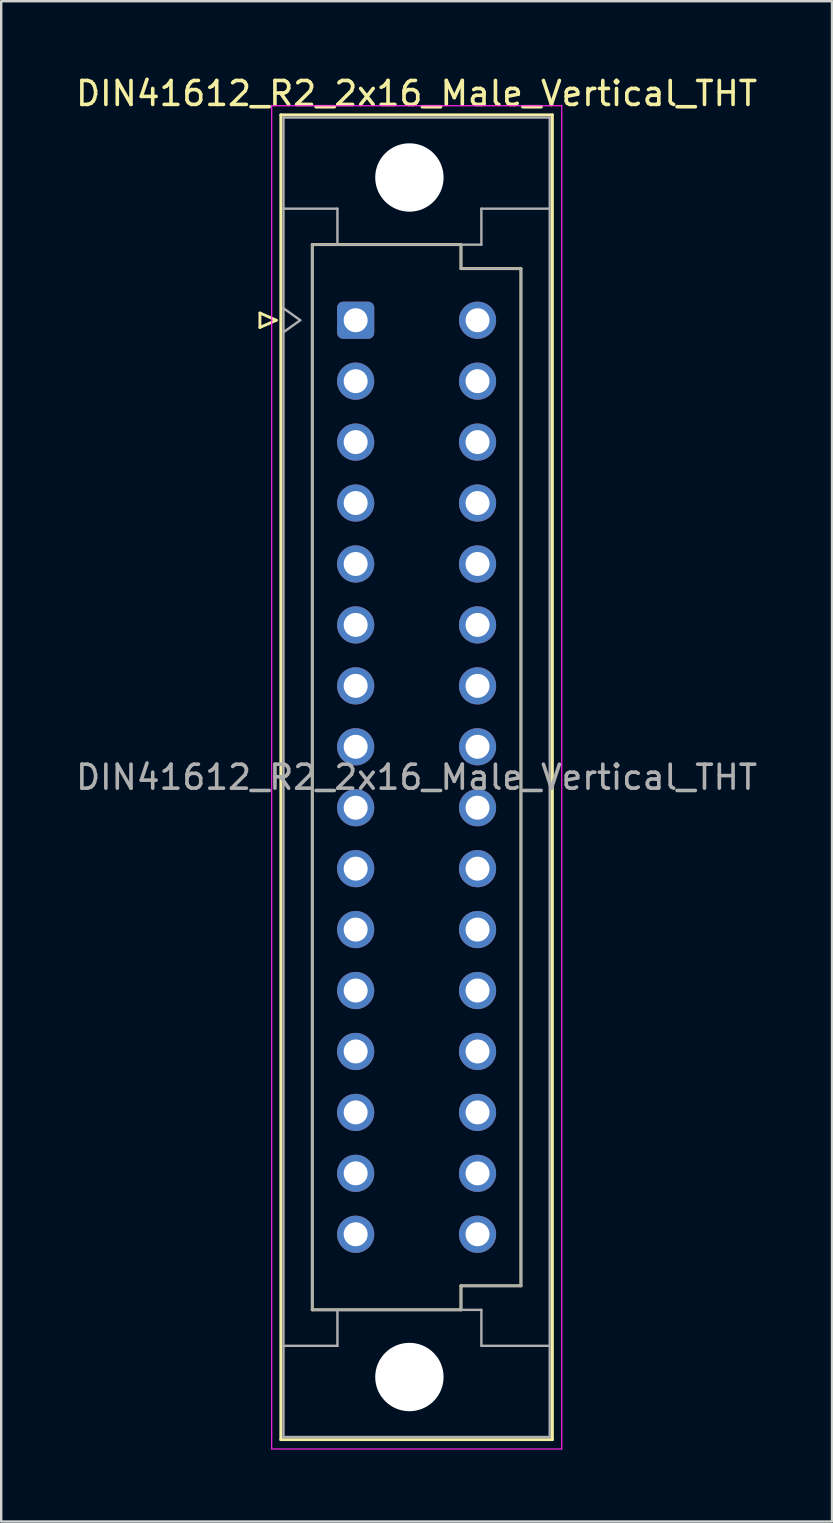
<source format=kicad_pcb>
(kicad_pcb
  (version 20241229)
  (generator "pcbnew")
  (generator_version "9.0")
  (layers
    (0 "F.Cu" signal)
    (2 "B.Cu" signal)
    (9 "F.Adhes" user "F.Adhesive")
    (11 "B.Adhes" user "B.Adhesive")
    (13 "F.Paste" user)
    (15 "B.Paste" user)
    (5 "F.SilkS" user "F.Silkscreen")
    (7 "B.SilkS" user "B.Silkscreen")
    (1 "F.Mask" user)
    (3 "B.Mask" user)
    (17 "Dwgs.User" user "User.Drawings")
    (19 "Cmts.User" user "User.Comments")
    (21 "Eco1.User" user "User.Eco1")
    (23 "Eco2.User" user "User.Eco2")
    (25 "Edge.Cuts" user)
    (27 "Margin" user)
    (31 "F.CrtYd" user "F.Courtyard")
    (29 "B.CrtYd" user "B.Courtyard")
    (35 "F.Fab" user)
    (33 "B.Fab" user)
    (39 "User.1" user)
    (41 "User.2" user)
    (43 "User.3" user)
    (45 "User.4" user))
  (footprint "DIN41612_R2_2x16_Male_Vertical_THT"
    (layer "F.Cu")
    (at 11.775 10.298)
    (property "Reference" "DIN41612_R2_2x16_Male_Vertical_THT" (at 2.54 -9.45 0) (layer "F.SilkS") (effects (font (size 1 1) (thickness 0.15))))
    (attr through_hole)
    (fp_line (start -3.99 -0.3) (end -3.99 0.3) (stroke (width 0.12) (type solid)) (layer "F.SilkS"))
    (fp_line (start -3.99 0.3) (end -3.31 0) (stroke (width 0.12) (type solid)) (layer "F.SilkS"))
    (fp_line (start -3.31 0) (end -3.99 -0.3) (stroke (width 0.12) (type solid)) (layer "F.SilkS"))
    (fp_line (start -3.12 -8.56) (end 8.2 -8.56) (stroke (width 0.12) (type solid)) (layer "F.SilkS"))
    (fp_line (start -3.12 46.66) (end -3.12 -8.56) (stroke (width 0.12) (type solid)) (layer "F.SilkS"))
    (fp_line (start -1.81 -3.15) (end 4.39 -3.15) (stroke (width 0.12) (type solid)) (layer "F.SilkS"))
    (fp_line (start -1.81 41.25) (end -1.81 -3.15) (stroke (width 0.12) (type solid)) (layer "F.SilkS"))
    (fp_line (start 4.39 -3.15) (end 4.39 -2.15) (stroke (width 0.12) (type solid)) (layer "F.SilkS"))
    (fp_line (start 4.39 -2.15) (end 6.89 -2.15) (stroke (width 0.12) (type solid)) (layer "F.SilkS"))
    (fp_line (start 4.39 40.25) (end 4.39 41.25) (stroke (width 0.12) (type solid)) (layer "F.SilkS"))
    (fp_line (start 4.39 41.25) (end -1.81 41.25) (stroke (width 0.12) (type solid)) (layer "F.SilkS"))
    (fp_line (start 6.89 -2.15) (end 6.89 40.25) (stroke (width 0.12) (type solid)) (layer "F.SilkS"))
    (fp_line (start 6.89 40.25) (end 4.39 40.25) (stroke (width 0.12) (type solid)) (layer "F.SilkS"))
    (fp_line (start 8.2 -8.56) (end 8.2 46.66) (stroke (width 0.12) (type solid)) (layer "F.SilkS"))
    (fp_line (start 8.2 46.66) (end -3.12 46.66) (stroke (width 0.12) (type solid)) (layer "F.SilkS"))
    (fp_line (start -3.5 -8.94) (end 8.59 -8.94) (stroke (width 0.05) (type solid)) (layer "F.CrtYd"))
    (fp_line (start -3.5 47.05) (end -3.5 -8.94) (stroke (width 0.05) (type solid)) (layer "F.CrtYd"))
    (fp_line (start 8.59 -8.94) (end 8.59 47.05) (stroke (width 0.05) (type solid)) (layer "F.CrtYd"))
    (fp_line (start 8.59 47.05) (end -3.5 47.05) (stroke (width 0.05) (type solid)) (layer "F.CrtYd"))
    (fp_line (start -3.01 -8.45) (end 8.09 -8.45) (stroke (width 0.1) (type solid)) (layer "F.Fab"))
    (fp_line (start -3.01 -4.65) (end -0.76 -4.65) (stroke (width 0.1) (type solid)) (layer "F.Fab"))
    (fp_line (start -3.01 -0.5) (end -2.31 0) (stroke (width 0.1) (type solid)) (layer "F.Fab"))
    (fp_line (start -3.01 42.75) (end -0.76 42.75) (stroke (width 0.1) (type solid)) (layer "F.Fab"))
    (fp_line (start -3.01 46.55) (end -3.01 -8.45) (stroke (width 0.1) (type solid)) (layer "F.Fab"))
    (fp_line (start -2.31 0) (end -3.01 0.5) (stroke (width 0.1) (type solid)) (layer "F.Fab"))
    (fp_line (start -1.81 -3.15) (end 4.39 -3.15) (stroke (width 0.1) (type solid)) (layer "F.Fab"))
    (fp_line (start -1.81 41.25) (end -1.81 -3.15) (stroke (width 0.1) (type solid)) (layer "F.Fab"))
    (fp_line (start -0.76 -4.65) (end -0.76 -3.15) (stroke (width 0.1) (type solid)) (layer "F.Fab"))
    (fp_line (start -0.76 42.75) (end -0.76 41.25) (stroke (width 0.1) (type solid)) (layer "F.Fab"))
    (fp_line (start 4.39 -3.15) (end 4.39 -2.15) (stroke (width 0.1) (type solid)) (layer "F.Fab"))
    (fp_line (start 4.39 -3.15) (end 5.24 -3.15) (stroke (width 0.1) (type solid)) (layer "F.Fab"))
    (fp_line (start 4.39 -2.15) (end 6.89 -2.15) (stroke (width 0.1) (type solid)) (layer "F.Fab"))
    (fp_line (start 4.39 40.25) (end 4.39 41.25) (stroke (width 0.1) (type solid)) (layer "F.Fab"))
    (fp_line (start 4.39 41.25) (end -1.81 41.25) (stroke (width 0.1) (type solid)) (layer "F.Fab"))
    (fp_line (start 4.39 41.25) (end 5.24 41.25) (stroke (width 0.1) (type solid)) (layer "F.Fab"))
    (fp_line (start 5.24 -4.65) (end 8.09 -4.65) (stroke (width 0.1) (type solid)) (layer "F.Fab"))
    (fp_line (start 5.24 -3.15) (end 5.24 -4.65) (stroke (width 0.1) (type solid)) (layer "F.Fab"))
    (fp_line (start 5.24 41.25) (end 5.24 42.75) (stroke (width 0.1) (type solid)) (layer "F.Fab"))
    (fp_line (start 5.24 42.75) (end 8.09 42.75) (stroke (width 0.1) (type solid)) (layer "F.Fab"))
    (fp_line (start 6.89 -2.15) (end 6.89 40.25) (stroke (width 0.1) (type solid)) (layer "F.Fab"))
    (fp_line (start 6.89 40.25) (end 4.39 40.25) (stroke (width 0.1) (type solid)) (layer "F.Fab"))
    (fp_line (start 8.09 -8.45) (end 8.09 46.55) (stroke (width 0.1) (type solid)) (layer "F.Fab"))
    (fp_line (start 8.09 46.55) (end -3.01 46.55) (stroke (width 0.1) (type solid)) (layer "F.Fab"))
    (fp_text user "${REFERENCE}" (at 2.54 19.05 0) (layer "F.Fab") (effects (font (size 1 1) (thickness 0.15))))
    (pad "" np_thru_hole circle (at 2.24 -5.95) (size 2.85 2.85) (drill 2.85) (layers "*.Cu" "*.Mask"))
    (pad "" np_thru_hole circle (at 2.24 44.05) (size 2.85 2.85) (drill 2.85) (layers "*.Cu" "*.Mask"))
    (pad "a1" thru_hole roundrect (at 0 0) (size 1.55 1.55) (drill 1) (layers "*.Cu" "*.Mask") (roundrect_rratio 0.161))
    (pad "a2" thru_hole circle (at 0 2.54) (size 1.55 1.55) (drill 1) (layers "*.Cu" "*.Mask"))
    (pad "a3" thru_hole circle (at 0 5.08) (size 1.55 1.55) (drill 1) (layers "*.Cu" "*.Mask"))
    (pad "a4" thru_hole circle (at 0 7.62) (size 1.55 1.55) (drill 1) (layers "*.Cu" "*.Mask"))
    (pad "a5" thru_hole circle (at 0 10.16) (size 1.55 1.55) (drill 1) (layers "*.Cu" "*.Mask"))
    (pad "a6" thru_hole circle (at 0 12.7) (size 1.55 1.55) (drill 1) (layers "*.Cu" "*.Mask"))
    (pad "a7" thru_hole circle (at 0 15.24) (size 1.55 1.55) (drill 1) (layers "*.Cu" "*.Mask"))
    (pad "a8" thru_hole circle (at 0 17.78) (size 1.55 1.55) (drill 1) (layers "*.Cu" "*.Mask"))
    (pad "a9" thru_hole circle (at 0 20.32) (size 1.55 1.55) (drill 1) (layers "*.Cu" "*.Mask"))
    (pad "a10" thru_hole circle (at 0 22.86) (size 1.55 1.55) (drill 1) (layers "*.Cu" "*.Mask"))
    (pad "a11" thru_hole circle (at 0 25.4) (size 1.55 1.55) (drill 1) (layers "*.Cu" "*.Mask"))
    (pad "a12" thru_hole circle (at 0 27.94) (size 1.55 1.55) (drill 1) (layers "*.Cu" "*.Mask"))
    (pad "a13" thru_hole circle (at 0 30.48) (size 1.55 1.55) (drill 1) (layers "*.Cu" "*.Mask"))
    (pad "a14" thru_hole circle (at 0 33.02) (size 1.55 1.55) (drill 1) (layers "*.Cu" "*.Mask"))
    (pad "a15" thru_hole circle (at 0 35.56) (size 1.55 1.55) (drill 1) (layers "*.Cu" "*.Mask"))
    (pad "a16" thru_hole circle (at 0 38.1) (size 1.55 1.55) (drill 1) (layers "*.Cu" "*.Mask"))
    (pad "c1" thru_hole circle (at 5.08 0) (size 1.55 1.55) (drill 1) (layers "*.Cu" "*.Mask"))
    (pad "c2" thru_hole circle (at 5.08 2.54) (size 1.55 1.55) (drill 1) (layers "*.Cu" "*.Mask"))
    (pad "c3" thru_hole circle (at 5.08 5.08) (size 1.55 1.55) (drill 1) (layers "*.Cu" "*.Mask"))
    (pad "c4" thru_hole circle (at 5.08 7.62) (size 1.55 1.55) (drill 1) (layers "*.Cu" "*.Mask"))
    (pad "c5" thru_hole circle (at 5.08 10.16) (size 1.55 1.55) (drill 1) (layers "*.Cu" "*.Mask"))
    (pad "c6" thru_hole circle (at 5.08 12.7) (size 1.55 1.55) (drill 1) (layers "*.Cu" "*.Mask"))
    (pad "c7" thru_hole circle (at 5.08 15.24) (size 1.55 1.55) (drill 1) (layers "*.Cu" "*.Mask"))
    (pad "c8" thru_hole circle (at 5.08 17.78) (size 1.55 1.55) (drill 1) (layers "*.Cu" "*.Mask"))
    (pad "c9" thru_hole circle (at 5.08 20.32) (size 1.55 1.55) (drill 1) (layers "*.Cu" "*.Mask"))
    (pad "c10" thru_hole circle (at 5.08 22.86) (size 1.55 1.55) (drill 1) (layers "*.Cu" "*.Mask"))
    (pad "c11" thru_hole circle (at 5.08 25.4) (size 1.55 1.55) (drill 1) (layers "*.Cu" "*.Mask"))
    (pad "c12" thru_hole circle (at 5.08 27.94) (size 1.55 1.55) (drill 1) (layers "*.Cu" "*.Mask"))
    (pad "c13" thru_hole circle (at 5.08 30.48) (size 1.55 1.55) (drill 1) (layers "*.Cu" "*.Mask"))
    (pad "c14" thru_hole circle (at 5.08 33.02) (size 1.55 1.55) (drill 1) (layers "*.Cu" "*.Mask"))
    (pad "c15" thru_hole circle (at 5.08 35.56) (size 1.55 1.55) (drill 1) (layers "*.Cu" "*.Mask"))
    (pad "c16" thru_hole circle (at 5.08 38.1) (size 1.55 1.55) (drill 1) (layers "*.Cu" "*.Mask")))
  (gr_rect
    (start -3 -3)
    (end 31.631 60.373)
    (stroke (width 0.1) (type default))
    (fill no)
    (layer "Edge.Cuts")))
</source>
